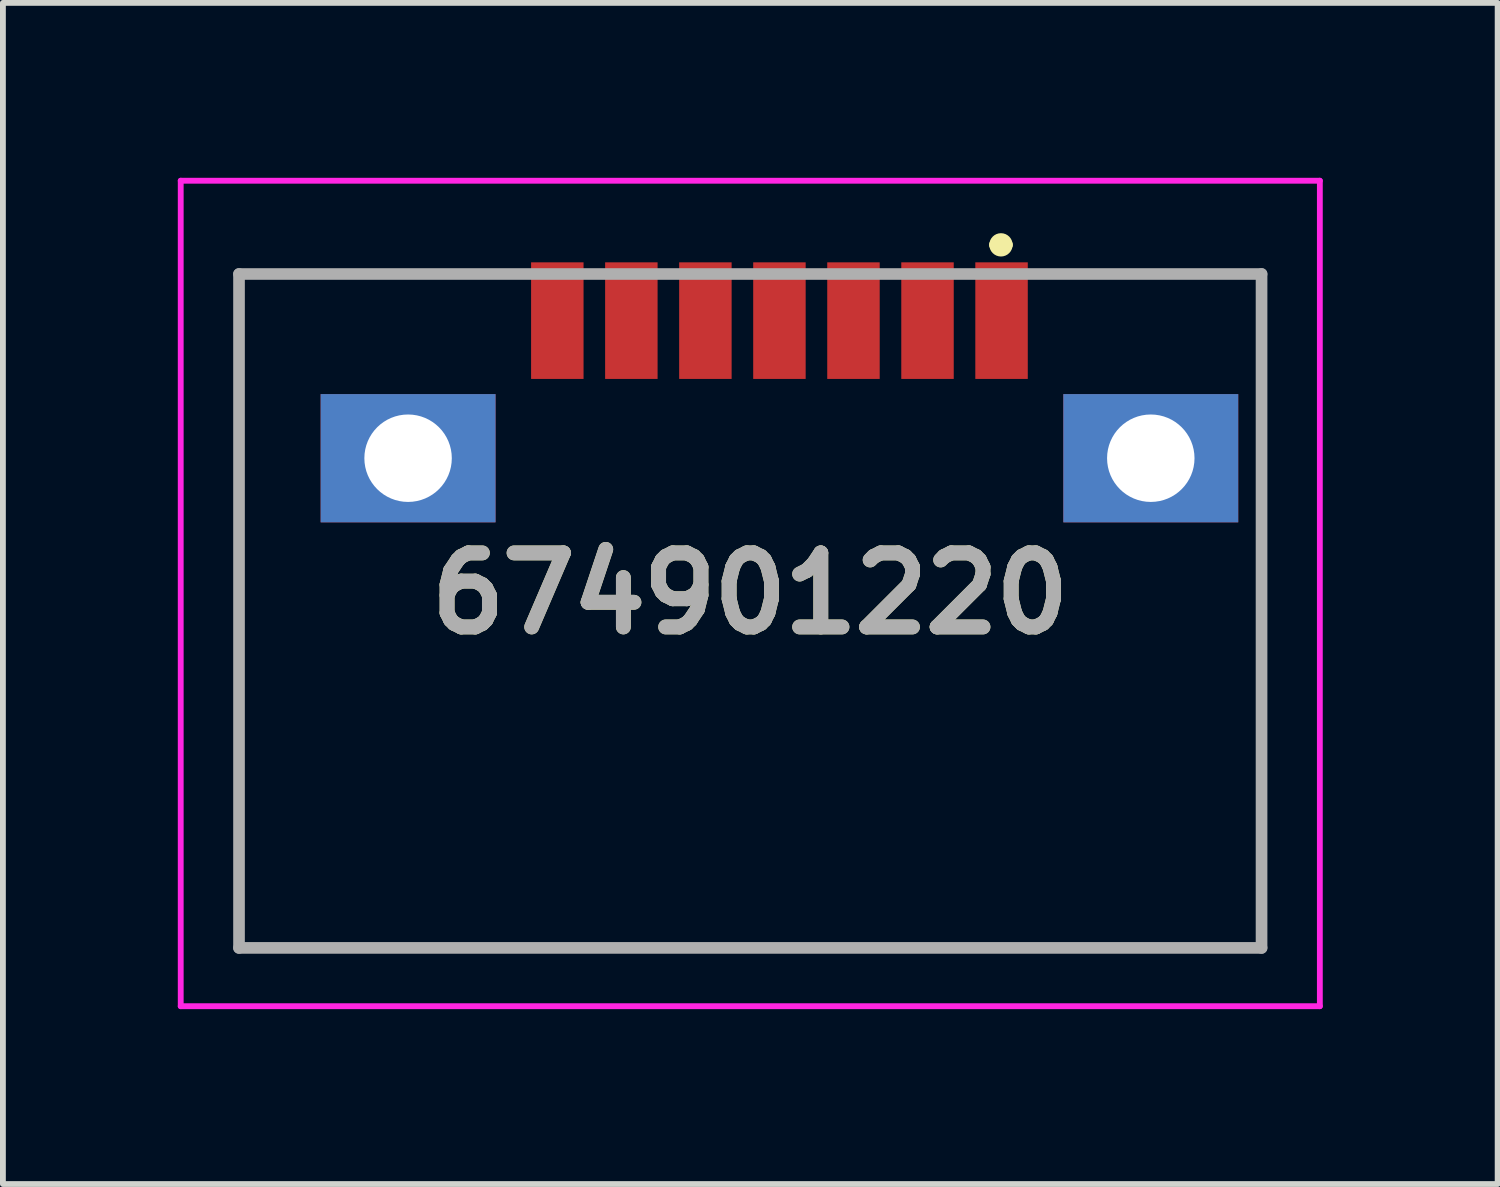
<source format=kicad_pcb>
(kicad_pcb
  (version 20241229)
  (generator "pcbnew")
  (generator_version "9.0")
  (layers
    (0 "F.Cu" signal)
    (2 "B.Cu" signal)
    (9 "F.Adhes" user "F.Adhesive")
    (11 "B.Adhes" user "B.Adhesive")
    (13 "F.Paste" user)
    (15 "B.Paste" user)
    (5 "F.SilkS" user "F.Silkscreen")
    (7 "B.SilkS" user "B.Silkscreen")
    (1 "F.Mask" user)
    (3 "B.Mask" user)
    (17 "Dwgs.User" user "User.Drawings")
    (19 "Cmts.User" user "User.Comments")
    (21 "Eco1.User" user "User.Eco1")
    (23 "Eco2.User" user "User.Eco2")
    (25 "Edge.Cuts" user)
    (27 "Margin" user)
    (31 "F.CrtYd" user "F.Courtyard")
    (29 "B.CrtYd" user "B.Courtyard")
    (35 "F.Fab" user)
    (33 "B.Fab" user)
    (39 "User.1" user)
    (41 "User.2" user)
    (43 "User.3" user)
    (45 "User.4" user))
  (footprint "674901220"
    (layer "F.Cu")
    (at 9.82 7.13)
    (property "Reference" "674901220" (at 0 0 0) (layer "F.SilkS") (effects (font (size 1.27 1.27) (thickness 0.254))))
    (fp_line (start -8.77 -5.48) (end -8.77 6.08) (stroke (width 0.1) (type solid)) (layer "F.SilkS"))
    (fp_line (start -8.77 6.08) (end 8.77 6.08) (stroke (width 0.1) (type solid)) (layer "F.SilkS"))
    (fp_line (start -4.58 -5.48) (end -8.77 -5.48) (stroke (width 0.1) (type solid)) (layer "F.SilkS"))
    (fp_line (start 4.2 -5.98) (end 4.2 -5.98) (stroke (width 0.2) (type solid)) (layer "F.SilkS"))
    (fp_line (start 4.4 -5.98) (end 4.4 -5.98) (stroke (width 0.2) (type solid)) (layer "F.SilkS"))
    (fp_line (start 8.77 -5.48) (end 5.58 -5.48) (stroke (width 0.1) (type solid)) (layer "F.SilkS"))
    (fp_line (start 8.77 6.08) (end 8.77 -5.48) (stroke (width 0.1) (type solid)) (layer "F.SilkS"))
    (fp_arc (start 4.2 -5.98) (mid 4.3 -6.08) (end 4.4 -5.98) (stroke (width 0.2) (type solid)) (layer "F.SilkS"))
    (fp_arc (start 4.4 -5.98) (mid 4.3 -5.88) (end 4.2 -5.98) (stroke (width 0.2) (type solid)) (layer "F.SilkS"))
    (fp_line (start -9.77 -7.08) (end 9.77 -7.08) (stroke (width 0.1) (type solid)) (layer "F.CrtYd"))
    (fp_line (start -9.77 7.08) (end -9.77 -7.08) (stroke (width 0.1) (type solid)) (layer "F.CrtYd"))
    (fp_line (start 9.77 -7.08) (end 9.77 7.08) (stroke (width 0.1) (type solid)) (layer "F.CrtYd"))
    (fp_line (start 9.77 7.08) (end -9.77 7.08) (stroke (width 0.1) (type solid)) (layer "F.CrtYd"))
    (fp_line (start -8.77 -5.48) (end 8.77 -5.48) (stroke (width 0.2) (type solid)) (layer "F.Fab"))
    (fp_line (start -8.77 6.08) (end -8.77 -5.48) (stroke (width 0.2) (type solid)) (layer "F.Fab"))
    (fp_line (start 8.77 -5.48) (end 8.77 6.08) (stroke (width 0.2) (type solid)) (layer "F.Fab"))
    (fp_line (start 8.77 6.08) (end -8.77 6.08) (stroke (width 0.2) (type solid)) (layer "F.Fab"))
    (fp_text user "${REFERENCE}" (at 0 0 0) (layer "F.Fab") (effects (font (size 1.27 1.27) (thickness 0.254))))
    (pad "1" smd rect (at 4.31 -4.68) (size 0.9 2) (layers "F.Cu" "F.Mask" "F.Paste"))
    (pad "2" smd rect (at 3.04 -4.68) (size 0.9 2) (layers "F.Cu" "F.Mask" "F.Paste"))
    (pad "3" smd rect (at 1.77 -4.68) (size 0.9 2) (layers "F.Cu" "F.Mask" "F.Paste"))
    (pad "4" smd rect (at 0.5 -4.68) (size 0.9 2) (layers "F.Cu" "F.Mask" "F.Paste"))
    (pad "5" smd rect (at -0.77 -4.68) (size 0.9 2) (layers "F.Cu" "F.Mask" "F.Paste"))
    (pad "6" smd rect (at -2.04 -4.68) (size 0.9 2) (layers "F.Cu" "F.Mask" "F.Paste"))
    (pad "7" smd rect (at -3.31 -4.68) (size 0.9 2) (layers "F.Cu" "F.Mask" "F.Paste"))
    (pad "8" thru_hole rect (at -5.87 -2.32) (size 3 2.2) (drill 1.5) (layers "*.Cu" "*.Mask"))
    (pad "9" thru_hole rect (at 6.87 -2.32) (size 3 2.2) (drill 1.5) (layers "*.Cu" "*.Mask")))
  (gr_rect
    (start -3 -3)
    (end 22.64 17.26)
    (stroke (width 0.1) (type default))
    (fill no)
    (layer "Edge.Cuts")))
</source>
